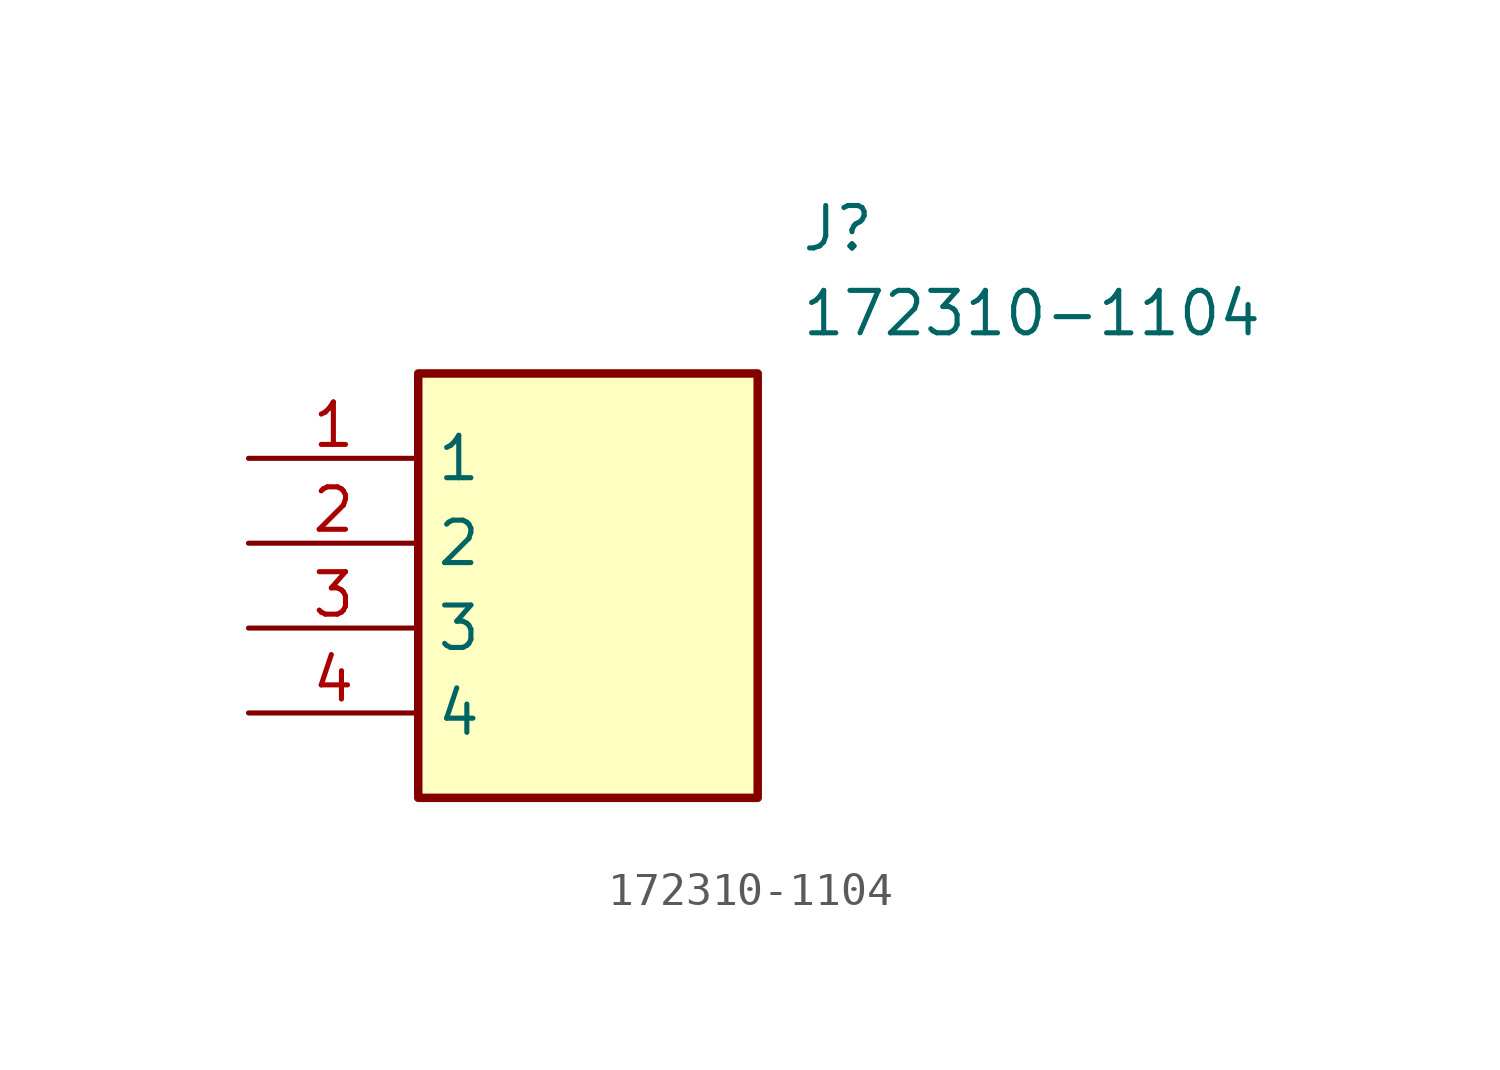
<source format=kicad_sym>
(kicad_symbol_lib
  (version 20211014)
  (generator SamacSys_ECAD_Model)
  (symbol "172310-1104"
    (property "Reference" "J"
      (at 16.51 7.62 0)
      (effects (font (size 1.27 1.27)) (justify left top)))
    (property "Value" "172310-1104"
      (at 16.51 5.08 0)
      (effects (font (size 1.27 1.27)) (justify left top)))
    (rectangle
      (start 5.08 2.54)
      (end 15.24 -10.16)
      (stroke (width 0.254) (type default))
      (fill (type background)))
    (pin passive line
      (at 0 0 0)
      (length 5.08)
      (name "1" (effects (font (size 1.27 1.27))))
      (number "1" (effects (font (size 1.27 1.27)))))
    (pin passive line
      (at 0 -2.54 0)
      (length 5.08)
      (name "2" (effects (font (size 1.27 1.27))))
      (number "2" (effects (font (size 1.27 1.27)))))
    (pin passive line
      (at 0 -5.08 0)
      (length 5.08)
      (name "3" (effects (font (size 1.27 1.27))))
      (number "3" (effects (font (size 1.27 1.27)))))
    (pin passive line
      (at 0 -7.62 0)
      (length 5.08)
      (name "4" (effects (font (size 1.27 1.27))))
      (number "4" (effects (font (size 1.27 1.27)))))))
</source>
